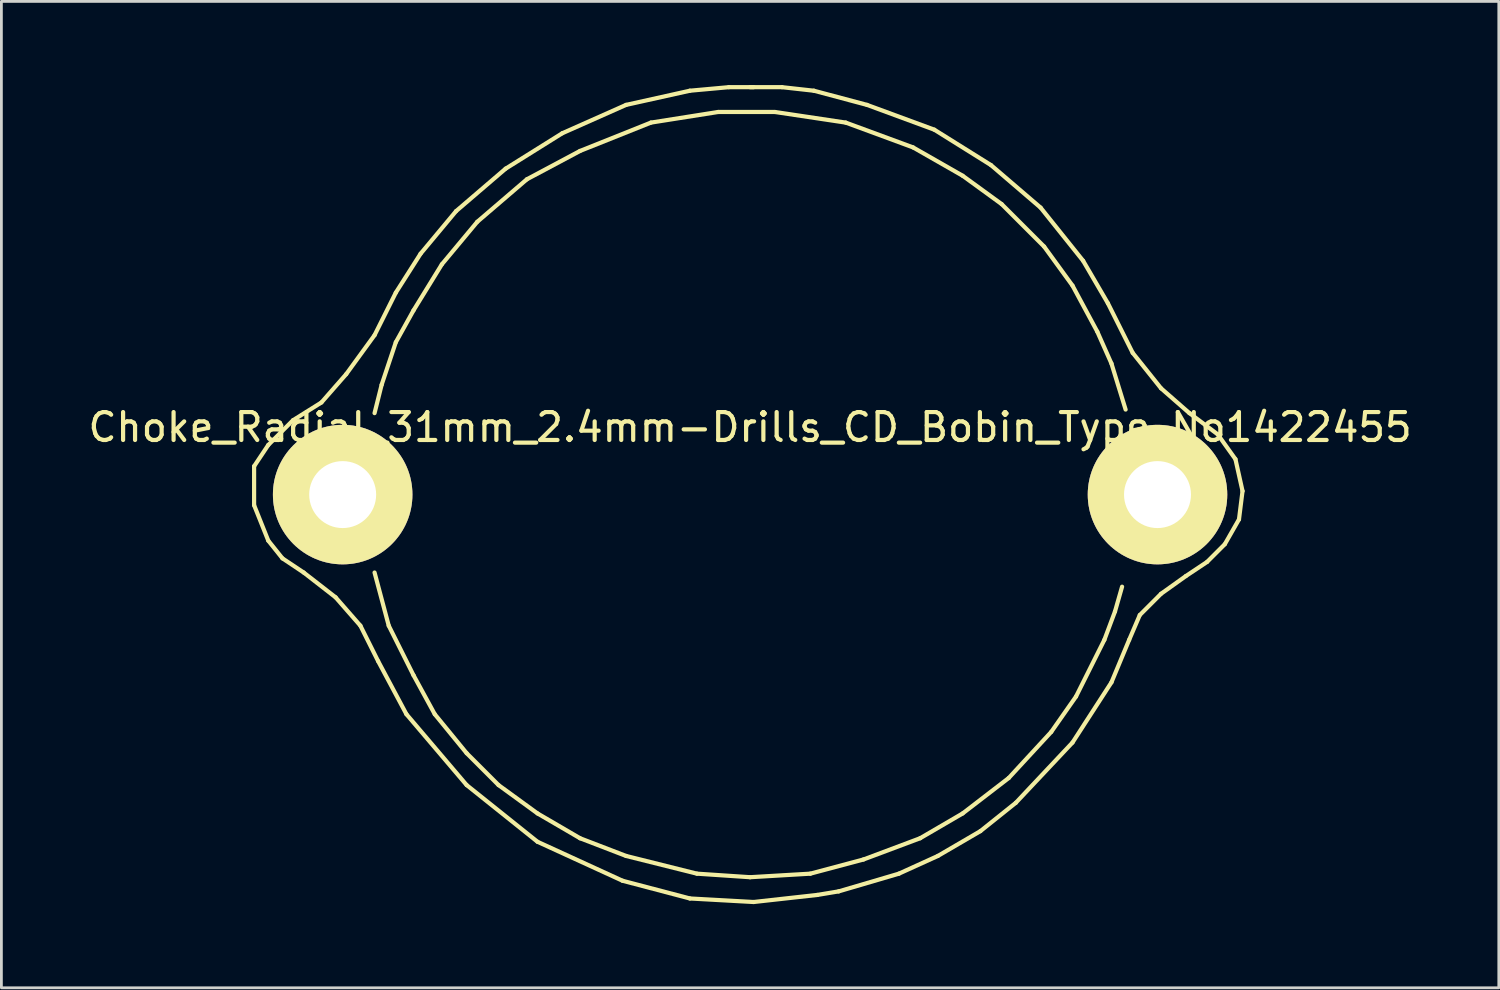
<source format=kicad_pcb>
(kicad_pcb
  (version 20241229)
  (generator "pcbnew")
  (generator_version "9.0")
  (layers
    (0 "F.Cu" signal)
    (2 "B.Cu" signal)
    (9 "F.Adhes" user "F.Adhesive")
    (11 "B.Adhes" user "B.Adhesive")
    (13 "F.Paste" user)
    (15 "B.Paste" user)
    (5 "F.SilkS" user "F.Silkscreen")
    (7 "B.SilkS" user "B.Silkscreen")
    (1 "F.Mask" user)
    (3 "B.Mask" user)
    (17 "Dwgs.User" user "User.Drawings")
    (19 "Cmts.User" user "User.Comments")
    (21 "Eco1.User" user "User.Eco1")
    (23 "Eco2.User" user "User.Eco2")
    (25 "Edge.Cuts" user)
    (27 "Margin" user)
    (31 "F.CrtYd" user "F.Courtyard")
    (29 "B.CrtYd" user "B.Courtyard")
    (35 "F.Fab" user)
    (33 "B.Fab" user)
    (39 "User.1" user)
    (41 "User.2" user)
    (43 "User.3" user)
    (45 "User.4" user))
  (footprint "Choke_Radial_31mm_2.4mm-Drills_CD_Bobin_Type_No1422455"
    (layer "F.Cu")
    (at 23.839 14.68)
    (property "Reference" "Choke_Radial_31mm_2.4mm-Drills_CD_Bobin_Type_No1422455" (at 0 -2.413 0) (layer "F.SilkS") (effects (font (size 1 1) (thickness 0.15))))
    (attr through_hole)
    (fp_line (start -17.78 -1.016) (end -17.272 -1.778) (stroke (width 0.15) (type solid)) (layer "F.SilkS"))
    (fp_line (start -17.78 0.381) (end -17.78 -1.016) (stroke (width 0.15) (type solid)) (layer "F.SilkS"))
    (fp_line (start -17.272 -1.778) (end -16.383 -2.667) (stroke (width 0.15) (type solid)) (layer "F.SilkS"))
    (fp_line (start -17.272 1.651) (end -17.78 0.381) (stroke (width 0.15) (type solid)) (layer "F.SilkS"))
    (fp_line (start -16.764 2.286) (end -17.272 1.651) (stroke (width 0.15) (type solid)) (layer "F.SilkS"))
    (fp_line (start -16.383 -2.667) (end -15.367 -3.302) (stroke (width 0.15) (type solid)) (layer "F.SilkS"))
    (fp_line (start -16.002 2.794) (end -16.764 2.286) (stroke (width 0.15) (type solid)) (layer "F.SilkS"))
    (fp_line (start -15.367 -3.302) (end -14.478 -4.318) (stroke (width 0.15) (type solid)) (layer "F.SilkS"))
    (fp_line (start -14.859 3.683) (end -16.002 2.794) (stroke (width 0.15) (type solid)) (layer "F.SilkS"))
    (fp_line (start -14.478 -4.318) (end -13.462 -5.715) (stroke (width 0.15) (type solid)) (layer "F.SilkS"))
    (fp_line (start -13.97 4.699) (end -14.859 3.683) (stroke (width 0.15) (type solid)) (layer "F.SilkS"))
    (fp_line (start -13.462 -5.715) (end -12.7 -7.239) (stroke (width 0.15) (type solid)) (layer "F.SilkS"))
    (fp_line (start -13.462 -2.921) (end -13.208 -3.937) (stroke (width 0.15) (type solid)) (layer "F.SilkS"))
    (fp_line (start -13.335 5.969) (end -13.97 4.699) (stroke (width 0.15) (type solid)) (layer "F.SilkS"))
    (fp_line (start -13.208 -3.937) (end -12.7 -5.461) (stroke (width 0.15) (type solid)) (layer "F.SilkS"))
    (fp_line (start -12.954 4.699) (end -13.462 2.794) (stroke (width 0.15) (type solid)) (layer "F.SilkS"))
    (fp_line (start -12.7 -7.239) (end -11.811 -8.636) (stroke (width 0.15) (type solid)) (layer "F.SilkS"))
    (fp_line (start -12.7 -5.461) (end -12.065 -6.604) (stroke (width 0.15) (type solid)) (layer "F.SilkS"))
    (fp_line (start -12.319 7.874) (end -13.335 5.969) (stroke (width 0.15) (type solid)) (layer "F.SilkS"))
    (fp_line (start -12.065 -6.604) (end -11.049 -8.255) (stroke (width 0.15) (type solid)) (layer "F.SilkS"))
    (fp_line (start -12.065 6.477) (end -12.954 4.699) (stroke (width 0.15) (type solid)) (layer "F.SilkS"))
    (fp_line (start -11.811 -8.636) (end -10.541 -10.16) (stroke (width 0.15) (type solid)) (layer "F.SilkS"))
    (fp_line (start -11.303 7.874) (end -12.065 6.477) (stroke (width 0.15) (type solid)) (layer "F.SilkS"))
    (fp_line (start -11.049 -8.255) (end -9.779 -9.779) (stroke (width 0.15) (type solid)) (layer "F.SilkS"))
    (fp_line (start -10.541 -10.16) (end -8.763 -11.684) (stroke (width 0.15) (type solid)) (layer "F.SilkS"))
    (fp_line (start -10.16 9.271) (end -11.303 7.874) (stroke (width 0.15) (type solid)) (layer "F.SilkS"))
    (fp_line (start -10.16 10.414) (end -12.319 7.874) (stroke (width 0.15) (type solid)) (layer "F.SilkS"))
    (fp_line (start -9.779 -9.779) (end -8.001 -11.303) (stroke (width 0.15) (type solid)) (layer "F.SilkS"))
    (fp_line (start -9.017 10.414) (end -10.16 9.271) (stroke (width 0.15) (type solid)) (layer "F.SilkS"))
    (fp_line (start -8.763 -11.684) (end -6.731 -12.954) (stroke (width 0.15) (type solid)) (layer "F.SilkS"))
    (fp_line (start -8.001 -11.303) (end -6.096 -12.319) (stroke (width 0.15) (type solid)) (layer "F.SilkS"))
    (fp_line (start -7.62 11.43) (end -9.017 10.414) (stroke (width 0.15) (type solid)) (layer "F.SilkS"))
    (fp_line (start -7.62 12.446) (end -10.16 10.414) (stroke (width 0.15) (type solid)) (layer "F.SilkS"))
    (fp_line (start -6.731 -12.954) (end -4.445 -13.97) (stroke (width 0.15) (type solid)) (layer "F.SilkS"))
    (fp_line (start -6.096 -12.319) (end -3.556 -13.335) (stroke (width 0.15) (type solid)) (layer "F.SilkS"))
    (fp_line (start -6.096 12.319) (end -7.62 11.43) (stroke (width 0.15) (type solid)) (layer "F.SilkS"))
    (fp_line (start -4.572 13.843) (end -7.62 12.446) (stroke (width 0.15) (type solid)) (layer "F.SilkS"))
    (fp_line (start -4.445 -13.97) (end -2.159 -14.478) (stroke (width 0.15) (type solid)) (layer "F.SilkS"))
    (fp_line (start -4.445 12.954) (end -6.096 12.319) (stroke (width 0.15) (type solid)) (layer "F.SilkS"))
    (fp_line (start -3.556 -13.335) (end -1.143 -13.716) (stroke (width 0.15) (type solid)) (layer "F.SilkS"))
    (fp_line (start -2.159 -14.478) (end -0.762 -14.605) (stroke (width 0.15) (type solid)) (layer "F.SilkS"))
    (fp_line (start -2.159 14.478) (end -4.572 13.843) (stroke (width 0.15) (type solid)) (layer "F.SilkS"))
    (fp_line (start -1.905 13.589) (end -4.445 12.954) (stroke (width 0.15) (type solid)) (layer "F.SilkS"))
    (fp_line (start -1.143 -13.716) (end 0.889 -13.716) (stroke (width 0.15) (type solid)) (layer "F.SilkS"))
    (fp_line (start -0.762 -14.605) (end 0.127 -14.605) (stroke (width 0.15) (type solid)) (layer "F.SilkS"))
    (fp_line (start 0 -14.605) (end 1.143 -14.605) (stroke (width 0.15) (type solid)) (layer "F.SilkS"))
    (fp_line (start 0 13.716) (end -1.905 13.589) (stroke (width 0.15) (type solid)) (layer "F.SilkS"))
    (fp_line (start 0.127 14.605) (end -2.159 14.478) (stroke (width 0.15) (type solid)) (layer "F.SilkS"))
    (fp_line (start 0.889 -13.716) (end 3.429 -13.335) (stroke (width 0.15) (type solid)) (layer "F.SilkS"))
    (fp_line (start 1.143 -14.605) (end 2.286 -14.478) (stroke (width 0.15) (type solid)) (layer "F.SilkS"))
    (fp_line (start 2.159 13.589) (end 0 13.716) (stroke (width 0.15) (type solid)) (layer "F.SilkS"))
    (fp_line (start 2.286 -14.478) (end 4.191 -13.97) (stroke (width 0.15) (type solid)) (layer "F.SilkS"))
    (fp_line (start 2.413 14.351) (end 0.127 14.605) (stroke (width 0.15) (type solid)) (layer "F.SilkS"))
    (fp_line (start 3.175 14.224) (end 2.413 14.351) (stroke (width 0.15) (type solid)) (layer "F.SilkS"))
    (fp_line (start 3.429 -13.335) (end 5.842 -12.446) (stroke (width 0.15) (type solid)) (layer "F.SilkS"))
    (fp_line (start 4.064 13.081) (end 2.159 13.589) (stroke (width 0.15) (type solid)) (layer "F.SilkS"))
    (fp_line (start 4.191 -13.97) (end 6.604 -13.081) (stroke (width 0.15) (type solid)) (layer "F.SilkS"))
    (fp_line (start 5.334 13.589) (end 3.175 14.224) (stroke (width 0.15) (type solid)) (layer "F.SilkS"))
    (fp_line (start 5.842 -12.446) (end 7.62 -11.43) (stroke (width 0.15) (type solid)) (layer "F.SilkS"))
    (fp_line (start 6.096 12.319) (end 4.064 13.081) (stroke (width 0.15) (type solid)) (layer "F.SilkS"))
    (fp_line (start 6.604 -13.081) (end 8.636 -11.811) (stroke (width 0.15) (type solid)) (layer "F.SilkS"))
    (fp_line (start 6.731 12.954) (end 5.334 13.589) (stroke (width 0.15) (type solid)) (layer "F.SilkS"))
    (fp_line (start 7.62 -11.43) (end 9.017 -10.414) (stroke (width 0.15) (type solid)) (layer "F.SilkS"))
    (fp_line (start 7.62 11.43) (end 6.096 12.319) (stroke (width 0.15) (type solid)) (layer "F.SilkS"))
    (fp_line (start 8.255 12.065) (end 6.731 12.954) (stroke (width 0.15) (type solid)) (layer "F.SilkS"))
    (fp_line (start 8.636 -11.811) (end 10.414 -10.287) (stroke (width 0.15) (type solid)) (layer "F.SilkS"))
    (fp_line (start 9.017 -10.414) (end 10.541 -8.89) (stroke (width 0.15) (type solid)) (layer "F.SilkS"))
    (fp_line (start 9.271 10.16) (end 7.62 11.43) (stroke (width 0.15) (type solid)) (layer "F.SilkS"))
    (fp_line (start 9.525 11.049) (end 8.255 12.065) (stroke (width 0.15) (type solid)) (layer "F.SilkS"))
    (fp_line (start 10.414 -10.287) (end 11.938 -8.382) (stroke (width 0.15) (type solid)) (layer "F.SilkS"))
    (fp_line (start 10.541 -8.89) (end 11.557 -7.493) (stroke (width 0.15) (type solid)) (layer "F.SilkS"))
    (fp_line (start 10.795 8.509) (end 9.271 10.16) (stroke (width 0.15) (type solid)) (layer "F.SilkS"))
    (fp_line (start 11.557 -7.493) (end 12.446 -5.842) (stroke (width 0.15) (type solid)) (layer "F.SilkS"))
    (fp_line (start 11.557 8.89) (end 9.525 11.049) (stroke (width 0.15) (type solid)) (layer "F.SilkS"))
    (fp_line (start 11.684 7.239) (end 10.795 8.509) (stroke (width 0.15) (type solid)) (layer "F.SilkS"))
    (fp_line (start 11.938 -8.382) (end 12.827 -6.858) (stroke (width 0.15) (type solid)) (layer "F.SilkS"))
    (fp_line (start 12.446 -5.842) (end 12.954 -4.699) (stroke (width 0.15) (type solid)) (layer "F.SilkS"))
    (fp_line (start 12.7 5.207) (end 11.684 7.239) (stroke (width 0.15) (type solid)) (layer "F.SilkS"))
    (fp_line (start 12.827 -6.858) (end 13.716 -5.08) (stroke (width 0.15) (type solid)) (layer "F.SilkS"))
    (fp_line (start 12.954 -4.699) (end 13.462 -3.048) (stroke (width 0.15) (type solid)) (layer "F.SilkS"))
    (fp_line (start 12.954 6.731) (end 11.557 8.89) (stroke (width 0.15) (type solid)) (layer "F.SilkS"))
    (fp_line (start 13.081 4.191) (end 12.7 5.207) (stroke (width 0.15) (type solid)) (layer "F.SilkS"))
    (fp_line (start 13.335 3.302) (end 13.081 4.191) (stroke (width 0.15) (type solid)) (layer "F.SilkS"))
    (fp_line (start 13.589 5.207) (end 12.954 6.731) (stroke (width 0.15) (type solid)) (layer "F.SilkS"))
    (fp_line (start 13.716 -5.08) (end 14.732 -3.81) (stroke (width 0.15) (type solid)) (layer "F.SilkS"))
    (fp_line (start 13.97 4.318) (end 13.589 5.207) (stroke (width 0.15) (type solid)) (layer "F.SilkS"))
    (fp_line (start 14.732 -3.81) (end 15.748 -2.921) (stroke (width 0.15) (type solid)) (layer "F.SilkS"))
    (fp_line (start 14.732 3.556) (end 13.97 4.318) (stroke (width 0.15) (type solid)) (layer "F.SilkS"))
    (fp_line (start 15.621 2.921) (end 14.732 3.556) (stroke (width 0.15) (type solid)) (layer "F.SilkS"))
    (fp_line (start 15.748 -2.921) (end 16.764 -2.159) (stroke (width 0.15) (type solid)) (layer "F.SilkS"))
    (fp_line (start 16.383 2.413) (end 15.621 2.921) (stroke (width 0.15) (type solid)) (layer "F.SilkS"))
    (fp_line (start 16.764 -2.159) (end 17.399 -1.27) (stroke (width 0.15) (type solid)) (layer "F.SilkS"))
    (fp_line (start 17.018 1.778) (end 16.383 2.413) (stroke (width 0.15) (type solid)) (layer "F.SilkS"))
    (fp_line (start 17.399 -1.27) (end 17.653 -0.127) (stroke (width 0.15) (type solid)) (layer "F.SilkS"))
    (fp_line (start 17.526 0.889) (end 17.018 1.778) (stroke (width 0.15) (type solid)) (layer "F.SilkS"))
    (fp_line (start 17.653 -0.127) (end 17.526 0.889) (stroke (width 0.15) (type solid)) (layer "F.SilkS"))
    (pad "1" thru_hole circle (at 14.605 0) (size 5.001 5.001) (drill 2.4) (layers "*.Cu" "*.Mask" "F.SilkS"))
    (pad "2" thru_hole circle (at -14.605 0) (size 5.001 5.001) (drill 2.4) (layers "*.Cu" "*.Mask" "F.SilkS")))
  (gr_rect
    (start -3 -3)
    (end 50.679 32.36)
    (stroke (width 0.1) (type default))
    (fill no)
    (layer "Edge.Cuts")))
</source>
